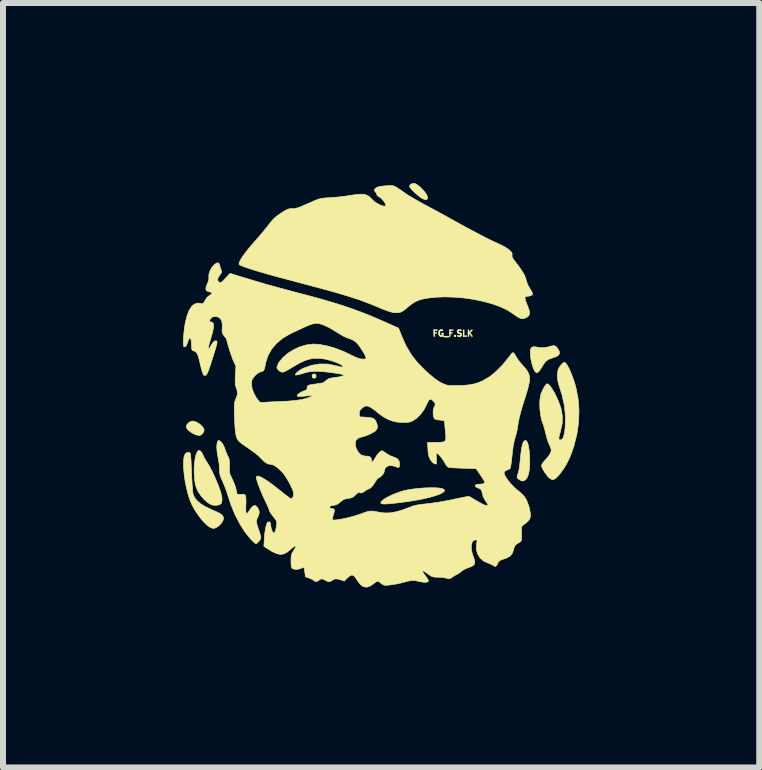
<source format=kicad_pcb>
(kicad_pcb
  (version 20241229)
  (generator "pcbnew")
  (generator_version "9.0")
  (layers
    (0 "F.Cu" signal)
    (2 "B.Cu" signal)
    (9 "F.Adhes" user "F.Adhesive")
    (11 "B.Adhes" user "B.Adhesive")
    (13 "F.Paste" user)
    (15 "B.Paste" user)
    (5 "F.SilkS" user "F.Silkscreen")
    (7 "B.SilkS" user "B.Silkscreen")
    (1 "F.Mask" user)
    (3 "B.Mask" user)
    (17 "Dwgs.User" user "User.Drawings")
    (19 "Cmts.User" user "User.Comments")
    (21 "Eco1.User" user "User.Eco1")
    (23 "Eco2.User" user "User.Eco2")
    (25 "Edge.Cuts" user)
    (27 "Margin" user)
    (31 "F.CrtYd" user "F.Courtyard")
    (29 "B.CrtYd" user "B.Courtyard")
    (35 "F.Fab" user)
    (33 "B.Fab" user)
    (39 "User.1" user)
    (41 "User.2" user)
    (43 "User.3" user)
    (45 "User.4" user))
  (footprint "FG_F.SLK"
    (layer "F.Cu")
    (at 3.254 4.437)
    (property "Reference" "FG_F.SLK" (at 1.245 -1.93 0) (layer "F.SilkS") (effects (font (size 0.1 0.1) (thickness 0.025))))
    (attr board_only exclude_from_pos_files exclude_from_bom)
    (fp_poly (pts (xy -1.041 -1.244) (xy -1.035 -1.219) (xy -1.042 -1.193) (xy -1.064 -1.183) (xy -1.09 -1.188) (xy -1.1 -1.199) (xy -1.103 -1.231) (xy -1.088 -1.251) (xy -1.064 -1.255) (xy -1.041 -1.244)) (stroke (width 0.01) (type solid)) (fill yes) (layer "F.SilkS"))
    (fp_poly (pts (xy -3.049 -0.46) (xy -2.998 -0.435) (xy -2.952 -0.399) (xy -2.921 -0.363) (xy -2.905 -0.333) (xy -2.902 -0.311) (xy -2.911 -0.287) (xy -2.914 -0.282) (xy -2.94 -0.246) (xy -2.975 -0.23) (xy -3.02 -0.235) (xy -3.067 -0.252) (xy -3.121 -0.282) (xy -3.164 -0.316) (xy -3.192 -0.349) (xy -3.2 -0.374) (xy -3.189 -0.409) (xy -3.161 -0.441) (xy -3.124 -0.464) (xy -3.095 -0.47) (xy -3.049 -0.46)) (stroke (width 0.01) (type solid)) (fill yes) (layer "F.SilkS"))
    (fp_poly (pts (xy 0.625 -4.423) (xy 0.665 -4.397) (xy 0.708 -4.359) (xy 0.75 -4.316) (xy 0.787 -4.271) (xy 0.813 -4.229) (xy 0.823 -4.195) (xy 0.823 -4.189) (xy 0.813 -4.164) (xy 0.789 -4.158) (xy 0.75 -4.171) (xy 0.734 -4.179) (xy 0.699 -4.201) (xy 0.658 -4.234) (xy 0.615 -4.272) (xy 0.575 -4.31) (xy 0.543 -4.345) (xy 0.524 -4.372) (xy 0.521 -4.383) (xy 0.532 -4.408) (xy 0.56 -4.426) (xy 0.594 -4.432) (xy 0.625 -4.423)) (stroke (width 0.01) (type solid)) (fill yes) (layer "F.SilkS"))
    (fp_poly (pts (xy 2.47 -0.141) (xy 2.488 -0.11) (xy 2.503 -0.058) (xy 2.515 0.017) (xy 2.523 0.111) (xy 2.524 0.134) (xy 2.525 0.251) (xy 2.518 0.348) (xy 2.502 0.425) (xy 2.477 0.48) (xy 2.463 0.498) (xy 2.433 0.524) (xy 2.407 0.531) (xy 2.375 0.521) (xy 2.353 0.508) (xy 2.325 0.488) (xy 2.314 0.466) (xy 2.318 0.436) (xy 2.331 0.401) (xy 2.34 0.369) (xy 2.35 0.319) (xy 2.358 0.259) (xy 2.363 0.212) (xy 2.374 0.101) (xy 2.385 0.014) (xy 2.397 -0.052) (xy 2.409 -0.098) (xy 2.423 -0.127) (xy 2.425 -0.13) (xy 2.449 -0.147) (xy 2.47 -0.141)) (stroke (width 0.01) (type solid)) (fill yes) (layer "F.SilkS"))
    (fp_poly (pts (xy 0.945 0.642) (xy 1.013 0.647) (xy 1.063 0.655) (xy 1.083 0.663) (xy 1.104 0.681) (xy 1.101 0.701) (xy 1.076 0.723) (xy 1.031 0.746) (xy 0.967 0.77) (xy 0.887 0.794) (xy 0.79 0.818) (xy 0.681 0.841) (xy 0.559 0.862) (xy 0.426 0.881) (xy 0.318 0.895) (xy 0.226 0.905) (xy 0.157 0.911) (xy 0.107 0.913) (xy 0.073 0.912) (xy 0.053 0.907) (xy 0.043 0.899) (xy 0.045 0.88) (xy 0.068 0.855) (xy 0.107 0.826) (xy 0.161 0.795) (xy 0.224 0.764) (xy 0.294 0.735) (xy 0.367 0.709) (xy 0.427 0.691) (xy 0.503 0.675) (xy 0.59 0.662) (xy 0.682 0.652) (xy 0.775 0.645) (xy 0.864 0.642) (xy 0.945 0.642)) (stroke (width 0.01) (type solid)) (fill yes) (layer "F.SilkS"))
    (fp_poly (pts (xy 2.959 -1.715) (xy 2.983 -1.69) (xy 2.99 -1.68) (xy 3.016 -1.635) (xy 3.022 -1.599) (xy 3.007 -1.57) (xy 2.97 -1.545) (xy 2.909 -1.523) (xy 2.894 -1.518) (xy 2.849 -1.502) (xy 2.812 -1.481) (xy 2.78 -1.449) (xy 2.747 -1.402) (xy 2.72 -1.357) (xy 2.687 -1.307) (xy 2.661 -1.28) (xy 2.639 -1.274) (xy 2.617 -1.289) (xy 2.611 -1.298) (xy 2.589 -1.34) (xy 2.568 -1.4) (xy 2.551 -1.468) (xy 2.539 -1.537) (xy 2.535 -1.59) (xy 2.535 -1.639) (xy 2.539 -1.669) (xy 2.549 -1.687) (xy 2.559 -1.697) (xy 2.589 -1.709) (xy 2.61 -1.708) (xy 2.679 -1.695) (xy 2.752 -1.692) (xy 2.819 -1.701) (xy 2.839 -1.707) (xy 2.893 -1.722) (xy 2.931 -1.726) (xy 2.959 -1.715)) (stroke (width 0.01) (type solid)) (fill yes) (layer "F.SilkS"))
    (fp_poly (pts (xy -2.978 0.022) (xy -2.963 0.031) (xy -2.941 0.056) (xy -2.922 0.092) (xy -2.92 0.098) (xy -2.903 0.136) (xy -2.878 0.181) (xy -2.863 0.203) (xy -2.822 0.268) (xy -2.776 0.355) (xy -2.726 0.46) (xy -2.676 0.578) (xy -2.662 0.611) (xy -2.627 0.71) (xy -2.607 0.791) (xy -2.603 0.853) (xy -2.614 0.898) (xy -2.62 0.907) (xy -2.647 0.925) (xy -2.688 0.934) (xy -2.737 0.935) (xy -2.782 0.925) (xy -2.791 0.921) (xy -2.843 0.889) (xy -2.898 0.841) (xy -2.95 0.782) (xy -2.994 0.719) (xy -3.009 0.692) (xy -3.032 0.639) (xy -3.048 0.586) (xy -3.058 0.522) (xy -3.062 0.486) (xy -3.068 0.398) (xy -3.068 0.31) (xy -3.062 0.225) (xy -3.051 0.149) (xy -3.036 0.087) (xy -3.017 0.045) (xy -3.012 0.038) (xy -2.994 0.02) (xy -2.978 0.022)) (stroke (width 0.01) (type solid)) (fill yes) (layer "F.SilkS"))
    (fp_poly (pts (xy -3.14 0.06) (xy -3.131 0.073) (xy -3.127 0.092) (xy -3.124 0.132) (xy -3.12 0.19) (xy -3.117 0.261) (xy -3.113 0.343) (xy -3.111 0.394) (xy -3.107 0.482) (xy -3.103 0.564) (xy -3.098 0.637) (xy -3.093 0.695) (xy -3.088 0.734) (xy -3.086 0.746) (xy -3.062 0.803) (xy -3.022 0.856) (xy -2.965 0.905) (xy -2.888 0.954) (xy -2.788 1.002) (xy -2.729 1.028) (xy -2.662 1.058) (xy -2.617 1.085) (xy -2.59 1.113) (xy -2.579 1.143) (xy -2.578 1.156) (xy -2.589 1.193) (xy -2.616 1.235) (xy -2.654 1.274) (xy -2.695 1.304) (xy -2.735 1.319) (xy -2.746 1.32) (xy -2.768 1.315) (xy -2.8 1.303) (xy -2.8 1.303) (xy -2.843 1.275) (xy -2.893 1.229) (xy -2.946 1.169) (xy -3 1.098) (xy -3.051 1.022) (xy -3.096 0.944) (xy -3.112 0.91) (xy -3.144 0.833) (xy -3.172 0.743) (xy -3.196 0.645) (xy -3.217 0.544) (xy -3.232 0.442) (xy -3.242 0.345) (xy -3.246 0.256) (xy -3.244 0.18) (xy -3.235 0.119) (xy -3.22 0.082) (xy -3.195 0.059) (xy -3.165 0.051) (xy -3.14 0.06)) (stroke (width 0.01) (type solid)) (fill yes) (layer "F.SilkS"))
    (fp_poly (pts (xy -2.641 -0.139) (xy -2.61 -0.112) (xy -2.58 -0.066) (xy -2.556 -0.01) (xy -2.551 0.006) (xy -2.537 0.048) (xy -2.516 0.096) (xy -2.507 0.114) (xy -2.492 0.147) (xy -2.483 0.178) (xy -2.479 0.217) (xy -2.479 0.27) (xy -2.479 0.287) (xy -2.48 0.344) (xy -2.477 0.384) (xy -2.47 0.417) (xy -2.455 0.451) (xy -2.443 0.476) (xy -2.408 0.553) (xy -2.38 0.628) (xy -2.363 0.694) (xy -2.36 0.718) (xy -2.356 0.74) (xy -2.347 0.75) (xy -2.326 0.753) (xy -2.289 0.752) (xy -2.25 0.75) (xy -2.228 0.754) (xy -2.216 0.767) (xy -2.211 0.779) (xy -2.206 0.806) (xy -2.204 0.85) (xy -2.205 0.903) (xy -2.206 0.924) (xy -2.208 0.985) (xy -2.206 1.032) (xy -2.201 1.06) (xy -2.2 1.061) (xy -2.192 1.071) (xy -2.181 1.068) (xy -2.165 1.049) (xy -2.141 1.012) (xy -2.105 0.964) (xy -2.073 0.941) (xy -2.044 0.941) (xy -2.017 0.966) (xy -2.006 0.981) (xy -1.986 1.027) (xy -1.984 1.07) (xy -2.002 1.12) (xy -2.007 1.13) (xy -2.021 1.162) (xy -2.029 1.189) (xy -2.029 1.218) (xy -2.021 1.256) (xy -2.004 1.308) (xy -1.994 1.338) (xy -1.977 1.389) (xy -1.964 1.434) (xy -1.957 1.465) (xy -1.956 1.472) (xy -1.964 1.498) (xy -1.984 1.529) (xy -2.008 1.557) (xy -2.031 1.573) (xy -2.038 1.575) (xy -2.054 1.566) (xy -2.081 1.543) (xy -2.115 1.509) (xy -2.125 1.499) (xy -2.22 1.382) (xy -2.308 1.244) (xy -2.388 1.089) (xy -2.457 0.921) (xy -2.502 0.781) (xy -2.525 0.71) (xy -2.553 0.633) (xy -2.583 0.561) (xy -2.593 0.538) (xy -2.618 0.482) (xy -2.634 0.439) (xy -2.642 0.402) (xy -2.645 0.362) (xy -2.645 0.343) (xy -2.647 0.29) (xy -2.654 0.225) (xy -2.665 0.161) (xy -2.668 0.149) (xy -2.685 0.051) (xy -2.692 -0.032) (xy -2.687 -0.096) (xy -2.68 -0.12) (xy -2.668 -0.143) (xy -2.653 -0.145) (xy -2.641 -0.139)) (stroke (width 0.01) (type solid)) (fill yes) (layer "F.SilkS"))
    (fp_poly (pts (xy 3.124 -1.436) (xy 3.148 -1.403) (xy 3.176 -1.353) (xy 3.206 -1.288) (xy 3.236 -1.213) (xy 3.265 -1.13) (xy 3.291 -1.043) (xy 3.295 -1.026) (xy 3.331 -0.842) (xy 3.346 -0.649) (xy 3.339 -0.451) (xy 3.311 -0.251) (xy 3.261 -0.053) (xy 3.214 0.084) (xy 3.179 0.166) (xy 3.138 0.246) (xy 3.093 0.321) (xy 3.046 0.387) (xy 3.001 0.443) (xy 2.959 0.483) (xy 2.924 0.505) (xy 2.909 0.508) (xy 2.883 0.5) (xy 2.855 0.483) (xy 2.826 0.454) (xy 2.792 0.411) (xy 2.761 0.363) (xy 2.736 0.319) (xy 2.725 0.289) (xy 2.724 0.264) (xy 2.734 0.239) (xy 2.76 0.207) (xy 2.766 0.2) (xy 2.818 0.14) (xy 2.854 0.093) (xy 2.875 0.055) (xy 2.883 0.021) (xy 2.878 -0.014) (xy 2.862 -0.054) (xy 2.85 -0.078) (xy 2.832 -0.121) (xy 2.813 -0.178) (xy 2.797 -0.24) (xy 2.792 -0.258) (xy 2.778 -0.317) (xy 2.762 -0.374) (xy 2.748 -0.418) (xy 2.743 -0.429) (xy 2.72 -0.497) (xy 2.704 -0.581) (xy 2.694 -0.672) (xy 2.691 -0.763) (xy 2.697 -0.846) (xy 2.71 -0.914) (xy 2.712 -0.921) (xy 2.731 -0.967) (xy 2.754 -1.014) (xy 2.778 -1.054) (xy 2.8 -1.082) (xy 2.815 -1.092) (xy 2.838 -1.081) (xy 2.868 -1.049) (xy 2.901 -1.001) (xy 2.937 -0.941) (xy 2.971 -0.871) (xy 3.004 -0.797) (xy 3.032 -0.722) (xy 3.049 -0.667) (xy 3.069 -0.549) (xy 3.066 -0.428) (xy 3.038 -0.301) (xy 3.036 -0.292) (xy 3.018 -0.23) (xy 3.011 -0.188) (xy 3.013 -0.164) (xy 3.026 -0.154) (xy 3.038 -0.155) (xy 3.062 -0.165) (xy 3.081 -0.191) (xy 3.096 -0.236) (xy 3.107 -0.301) (xy 3.114 -0.351) (xy 3.121 -0.532) (xy 3.104 -0.719) (xy 3.062 -0.91) (xy 3.011 -1.067) (xy 2.992 -1.144) (xy 2.985 -1.227) (xy 2.993 -1.304) (xy 2.997 -1.321) (xy 3.013 -1.358) (xy 3.039 -1.395) (xy 3.067 -1.427) (xy 3.094 -1.446) (xy 3.104 -1.448) (xy 3.124 -1.436)) (stroke (width 0.01) (type solid)) (fill yes) (layer "F.SilkS"))
    (fp_poly (pts (xy 0.239 -4.392) (xy 0.264 -4.386) (xy 0.291 -4.373) (xy 0.325 -4.352) (xy 0.37 -4.322) (xy 0.43 -4.28) (xy 0.461 -4.258) (xy 0.501 -4.232) (xy 0.559 -4.197) (xy 0.629 -4.157) (xy 0.707 -4.112) (xy 0.789 -4.067) (xy 0.821 -4.05) (xy 0.914 -4) (xy 1.015 -3.945) (xy 1.117 -3.89) (xy 1.213 -3.837) (xy 1.294 -3.792) (xy 1.302 -3.788) (xy 1.436 -3.713) (xy 1.567 -3.643) (xy 1.691 -3.578) (xy 1.804 -3.519) (xy 1.904 -3.47) (xy 1.987 -3.432) (xy 2.011 -3.421) (xy 2.068 -3.394) (xy 2.124 -3.362) (xy 2.169 -3.332) (xy 2.18 -3.323) (xy 2.213 -3.292) (xy 2.229 -3.27) (xy 2.232 -3.248) (xy 2.23 -3.237) (xy 2.23 -3.214) (xy 2.238 -3.19) (xy 2.259 -3.157) (xy 2.287 -3.121) (xy 2.354 -3.033) (xy 2.404 -2.959) (xy 2.439 -2.897) (xy 2.459 -2.845) (xy 2.463 -2.828) (xy 2.478 -2.778) (xy 2.499 -2.728) (xy 2.508 -2.711) (xy 2.54 -2.659) (xy 2.56 -2.623) (xy 2.57 -2.6) (xy 2.573 -2.586) (xy 2.569 -2.577) (xy 2.565 -2.572) (xy 2.544 -2.56) (xy 2.509 -2.551) (xy 2.498 -2.55) (xy 2.464 -2.546) (xy 2.449 -2.537) (xy 2.446 -2.519) (xy 2.446 -2.515) (xy 2.452 -2.488) (xy 2.466 -2.447) (xy 2.485 -2.398) (xy 2.49 -2.386) (xy 2.514 -2.323) (xy 2.523 -2.275) (xy 2.517 -2.24) (xy 2.495 -2.212) (xy 2.473 -2.197) (xy 2.427 -2.176) (xy 2.385 -2.176) (xy 2.343 -2.193) (xy 2.312 -2.212) (xy 2.271 -2.24) (xy 2.241 -2.262) (xy 2.147 -2.322) (xy 2.031 -2.376) (xy 1.899 -2.423) (xy 1.753 -2.463) (xy 1.597 -2.496) (xy 1.436 -2.52) (xy 1.273 -2.534) (xy 1.111 -2.539) (xy 0.955 -2.533) (xy 0.86 -2.523) (xy 0.764 -2.508) (xy 0.687 -2.488) (xy 0.622 -2.461) (xy 0.562 -2.424) (xy 0.502 -2.376) (xy 0.447 -2.33) (xy 0.405 -2.3) (xy 0.367 -2.282) (xy 0.329 -2.275) (xy 0.284 -2.276) (xy 0.273 -2.276) (xy 0.235 -2.282) (xy 0.189 -2.294) (xy 0.133 -2.313) (xy 0.061 -2.341) (xy -0.013 -2.372) (xy -0.085 -2.402) (xy -0.155 -2.43) (xy -0.226 -2.457) (xy -0.298 -2.484) (xy -0.376 -2.51) (xy -0.46 -2.537) (xy -0.553 -2.566) (xy -0.657 -2.597) (xy -0.774 -2.63) (xy -0.906 -2.667) (xy -1.056 -2.707) (xy -1.225 -2.752) (xy -1.415 -2.803) (xy -1.505 -2.827) (xy -1.66 -2.868) (xy -1.802 -2.907) (xy -1.93 -2.943) (xy -2.043 -2.977) (xy -2.139 -3.007) (xy -2.216 -3.033) (xy -2.273 -3.054) (xy -2.308 -3.07) (xy -2.319 -3.079) (xy -2.318 -3.107) (xy -2.298 -3.152) (xy -2.261 -3.211) (xy -2.209 -3.283) (xy -2.14 -3.369) (xy -2.057 -3.465) (xy -2.033 -3.492) (xy -1.979 -3.553) (xy -1.923 -3.62) (xy -1.871 -3.684) (xy -1.829 -3.737) (xy -1.822 -3.746) (xy -1.774 -3.807) (xy -1.73 -3.853) (xy -1.681 -3.893) (xy -1.642 -3.92) (xy -1.585 -3.957) (xy -1.544 -3.982) (xy -1.513 -3.998) (xy -1.487 -4.006) (xy -1.46 -4.01) (xy -1.428 -4.01) (xy -1.404 -4.011) (xy -1.381 -4.014) (xy -1.354 -4.02) (xy -1.32 -4.031) (xy -1.277 -4.048) (xy -1.22 -4.073) (xy -1.145 -4.105) (xy -1.079 -4.135) (xy -1.033 -4.155) (xy -0.994 -4.169) (xy -0.956 -4.178) (xy -0.912 -4.185) (xy -0.854 -4.19) (xy -0.806 -4.192) (xy -0.73 -4.198) (xy -0.65 -4.205) (xy -0.577 -4.214) (xy -0.527 -4.221) (xy -0.425 -4.237) (xy -0.344 -4.247) (xy -0.281 -4.251) (xy -0.232 -4.247) (xy -0.193 -4.236) (xy -0.16 -4.218) (xy -0.129 -4.191) (xy -0.113 -4.174) (xy -0.076 -4.138) (xy -0.033 -4.106) (xy 0.013 -4.08) (xy 0.056 -4.061) (xy 0.093 -4.051) (xy 0.118 -4.053) (xy 0.127 -4.068) (xy 0.118 -4.094) (xy 0.096 -4.129) (xy 0.066 -4.164) (xy 0.035 -4.194) (xy 0.011 -4.208) (xy -0.018 -4.227) (xy -0.025 -4.25) (xy -0.033 -4.275) (xy -0.044 -4.284) (xy -0.06 -4.302) (xy -0.064 -4.317) (xy -0.051 -4.346) (xy -0.015 -4.368) (xy 0.046 -4.383) (xy 0.13 -4.391) (xy 0.14 -4.391) (xy 0.181 -4.393) (xy 0.213 -4.394) (xy 0.239 -4.392)) (stroke (width 0.01) (type solid)) (fill yes) (layer "F.SilkS"))
    (fp_poly (pts (xy -2.647 -3.084) (xy -2.641 -3.061) (xy -2.631 -3.021) (xy -2.617 -2.986) (xy -2.617 -2.986) (xy -2.609 -2.966) (xy -2.612 -2.947) (xy -2.628 -2.92) (xy -2.64 -2.902) (xy -2.668 -2.86) (xy -2.678 -2.831) (xy -2.672 -2.807) (xy -2.654 -2.787) (xy -2.641 -2.777) (xy -2.629 -2.774) (xy -2.614 -2.782) (xy -2.59 -2.804) (xy -2.555 -2.84) (xy -2.549 -2.847) (xy -2.47 -2.931) (xy -2.33 -2.887) (xy -1.853 -2.744) (xy -1.397 -2.621) (xy -1.175 -2.563) (xy -0.975 -2.509) (xy -0.793 -2.456) (xy -0.624 -2.404) (xy -0.466 -2.351) (xy -0.315 -2.296) (xy -0.167 -2.239) (xy -0.019 -2.177) (xy 0.127 -2.113) (xy 0.339 -2.018) (xy 0.387 -1.895) (xy 0.461 -1.728) (xy 0.549 -1.579) (xy 0.653 -1.444) (xy 0.778 -1.317) (xy 0.792 -1.304) (xy 0.863 -1.242) (xy 0.92 -1.194) (xy 0.968 -1.158) (xy 1.01 -1.129) (xy 1.053 -1.106) (xy 1.075 -1.095) (xy 1.107 -1.081) (xy 1.135 -1.071) (xy 1.166 -1.065) (xy 1.205 -1.062) (xy 1.258 -1.061) (xy 1.321 -1.061) (xy 1.435 -1.065) (xy 1.531 -1.075) (xy 1.616 -1.093) (xy 1.697 -1.121) (xy 1.748 -1.144) (xy 1.855 -1.207) (xy 1.963 -1.295) (xy 2.074 -1.407) (xy 2.185 -1.544) (xy 2.191 -1.552) (xy 2.219 -1.589) (xy 2.238 -1.608) (xy 2.254 -1.608) (xy 2.271 -1.589) (xy 2.295 -1.549) (xy 2.305 -1.531) (xy 2.331 -1.491) (xy 2.368 -1.443) (xy 2.409 -1.395) (xy 2.416 -1.388) (xy 2.459 -1.339) (xy 2.49 -1.295) (xy 2.511 -1.252) (xy 2.522 -1.206) (xy 2.522 -1.152) (xy 2.512 -1.088) (xy 2.493 -1.009) (xy 2.464 -0.912) (xy 2.451 -0.869) (xy 2.414 -0.753) (xy 2.385 -0.657) (xy 2.363 -0.576) (xy 2.347 -0.507) (xy 2.334 -0.444) (xy 2.325 -0.385) (xy 2.325 -0.381) (xy 2.314 -0.316) (xy 2.297 -0.245) (xy 2.281 -0.189) (xy 2.263 -0.124) (xy 2.248 -0.041) (xy 2.235 0.063) (xy 2.23 0.107) (xy 2.223 0.176) (xy 2.215 0.237) (xy 2.208 0.285) (xy 2.201 0.315) (xy 2.198 0.322) (xy 2.177 0.335) (xy 2.145 0.348) (xy 2.143 0.349) (xy 2.109 0.368) (xy 2.098 0.39) (xy 2.104 0.422) (xy 2.126 0.467) (xy 2.163 0.519) (xy 2.21 0.576) (xy 2.264 0.632) (xy 2.323 0.685) (xy 2.359 0.713) (xy 2.423 0.773) (xy 2.472 0.847) (xy 2.507 0.94) (xy 2.521 0.992) (xy 2.534 1.063) (xy 2.537 1.117) (xy 2.527 1.159) (xy 2.501 1.195) (xy 2.458 1.233) (xy 2.419 1.262) (xy 2.402 1.276) (xy 2.392 1.291) (xy 2.388 1.316) (xy 2.387 1.355) (xy 2.388 1.383) (xy 2.389 1.447) (xy 2.389 1.49) (xy 2.385 1.518) (xy 2.377 1.536) (xy 2.362 1.549) (xy 2.34 1.56) (xy 2.337 1.562) (xy 2.298 1.586) (xy 2.274 1.615) (xy 2.259 1.656) (xy 2.254 1.681) (xy 2.231 1.741) (xy 2.189 1.787) (xy 2.126 1.819) (xy 2.11 1.824) (xy 2.059 1.841) (xy 2.025 1.857) (xy 2.004 1.879) (xy 1.987 1.911) (xy 1.985 1.915) (xy 1.967 1.946) (xy 1.946 1.954) (xy 1.92 1.939) (xy 1.919 1.938) (xy 1.896 1.925) (xy 1.858 1.909) (xy 1.829 1.898) (xy 1.753 1.862) (xy 1.694 1.808) (xy 1.654 1.741) (xy 1.634 1.664) (xy 1.636 1.58) (xy 1.646 1.54) (xy 1.648 1.519) (xy 1.633 1.512) (xy 1.621 1.511) (xy 1.587 1.522) (xy 1.564 1.553) (xy 1.552 1.599) (xy 1.551 1.658) (xy 1.563 1.724) (xy 1.576 1.765) (xy 1.599 1.832) (xy 1.609 1.88) (xy 1.604 1.914) (xy 1.582 1.939) (xy 1.543 1.959) (xy 1.499 1.975) (xy 1.452 1.994) (xy 1.409 2.018) (xy 1.391 2.032) (xy 1.353 2.062) (xy 1.312 2.086) (xy 1.308 2.088) (xy 1.267 2.11) (xy 1.23 2.135) (xy 1.229 2.136) (xy 1.205 2.153) (xy 1.183 2.158) (xy 1.152 2.153) (xy 1.136 2.149) (xy 1.092 2.141) (xy 1.037 2.135) (xy 0.992 2.134) (xy 0.942 2.132) (xy 0.908 2.126) (xy 0.877 2.113) (xy 0.843 2.089) (xy 0.805 2.063) (xy 0.774 2.041) (xy 0.759 2.032) (xy 0.74 2.025) (xy 0.738 2.035) (xy 0.751 2.061) (xy 0.779 2.1) (xy 0.787 2.111) (xy 0.814 2.147) (xy 0.832 2.177) (xy 0.838 2.192) (xy 0.827 2.21) (xy 0.795 2.218) (xy 0.746 2.216) (xy 0.682 2.205) (xy 0.678 2.204) (xy 0.628 2.192) (xy 0.586 2.188) (xy 0.545 2.19) (xy 0.496 2.199) (xy 0.432 2.216) (xy 0.369 2.232) (xy 0.301 2.246) (xy 0.234 2.257) (xy 0.174 2.265) (xy 0.127 2.268) (xy 0.102 2.267) (xy 0.068 2.252) (xy 0.037 2.228) (xy 0.01 2.205) (xy -0.014 2.2) (xy -0.042 2.214) (xy -0.066 2.233) (xy -0.13 2.278) (xy -0.188 2.299) (xy -0.24 2.294) (xy -0.281 2.27) (xy -0.306 2.244) (xy -0.336 2.205) (xy -0.36 2.169) (xy -0.393 2.122) (xy -0.422 2.1) (xy -0.452 2.1) (xy -0.487 2.121) (xy -0.515 2.147) (xy -0.567 2.198) (xy -0.621 2.178) (xy -0.677 2.163) (xy -0.718 2.161) (xy -0.752 2.175) (xy -0.765 2.184) (xy -0.797 2.204) (xy -0.827 2.208) (xy -0.864 2.195) (xy -0.889 2.181) (xy -0.923 2.164) (xy -0.945 2.161) (xy -0.965 2.169) (xy -0.997 2.189) (xy -1.015 2.2) (xy -1.038 2.208) (xy -1.059 2.197) (xy -1.065 2.193) (xy -1.091 2.175) (xy -1.131 2.156) (xy -1.151 2.148) (xy -1.213 2.126) (xy -1.224 2.051) (xy -1.231 2.01) (xy -1.237 1.98) (xy -1.24 1.97) (xy -1.252 1.972) (xy -1.279 1.982) (xy -1.29 1.987) (xy -1.336 2.001) (xy -1.384 2.002) (xy -1.424 1.992) (xy -1.44 1.981) (xy -1.447 1.962) (xy -1.452 1.925) (xy -1.454 1.876) (xy -1.454 1.863) (xy -1.453 1.809) (xy -1.449 1.771) (xy -1.44 1.741) (xy -1.423 1.71) (xy -1.413 1.694) (xy -1.391 1.659) (xy -1.376 1.632) (xy -1.372 1.621) (xy -1.38 1.612) (xy -1.403 1.623) (xy -1.441 1.652) (xy -1.469 1.676) (xy -1.526 1.721) (xy -1.58 1.747) (xy -1.635 1.753) (xy -1.696 1.739) (xy -1.766 1.706) (xy -1.808 1.681) (xy -1.906 1.619) (xy -1.899 1.499) (xy -1.891 1.402) (xy -1.879 1.323) (xy -1.865 1.263) (xy -1.849 1.225) (xy -1.838 1.214) (xy -1.814 1.21) (xy -1.798 1.228) (xy -1.791 1.266) (xy -1.791 1.274) (xy -1.786 1.308) (xy -1.775 1.346) (xy -1.76 1.378) (xy -1.745 1.396) (xy -1.74 1.397) (xy -1.725 1.385) (xy -1.71 1.351) (xy -1.699 1.298) (xy -1.694 1.266) (xy -1.691 1.233) (xy -1.693 1.208) (xy -1.703 1.184) (xy -1.724 1.154) (xy -1.751 1.12) (xy -1.782 1.08) (xy -1.805 1.044) (xy -1.816 1.021) (xy -1.816 1.017) (xy -1.822 0.997) (xy -1.833 0.969) (xy -0.81 0.969) (xy -0.796 0.984) (xy -0.767 0.991) (xy -0.74 0.996) (xy -0.729 1.015) (xy -0.734 1.051) (xy -0.743 1.078) (xy -0.755 1.118) (xy -0.761 1.151) (xy -0.762 1.159) (xy -0.76 1.173) (xy -0.75 1.179) (xy -0.726 1.18) (xy -0.687 1.176) (xy -0.641 1.169) (xy -0.58 1.158) (xy -0.515 1.144) (xy -0.486 1.137) (xy -0.418 1.119) (xy -0.346 1.097) (xy -0.281 1.075) (xy -0.262 1.068) (xy -0.198 1.044) (xy -0.145 1.032) (xy -0.093 1.031) (xy -0.033 1.04) (xy 0.009 1.049) (xy 0.098 1.062) (xy 0.191 1.061) (xy 0.293 1.044) (xy 0.406 1.012) (xy 0.535 0.963) (xy 0.54 0.961) (xy 0.583 0.945) (xy 0.636 0.932) (xy 0.703 0.921) (xy 0.788 0.911) (xy 0.806 0.909) (xy 0.891 0.899) (xy 0.982 0.886) (xy 1.07 0.872) (xy 1.144 0.858) (xy 1.149 0.857) (xy 1.222 0.842) (xy 1.297 0.826) (xy 1.366 0.812) (xy 1.406 0.804) (xy 1.511 0.784) (xy 1.642 0.862) (xy 1.716 0.903) (xy 1.771 0.93) (xy 1.808 0.94) (xy 1.826 0.936) (xy 1.824 0.916) (xy 1.802 0.881) (xy 1.789 0.863) (xy 1.752 0.799) (xy 1.735 0.74) (xy 1.725 0.698) (xy 1.714 0.674) (xy 1.697 0.66) (xy 1.679 0.653) (xy 1.637 0.635) (xy 1.617 0.615) (xy 1.619 0.598) (xy 1.643 0.587) (xy 1.674 0.584) (xy 1.726 0.58) (xy 1.762 0.571) (xy 1.777 0.557) (xy 1.778 0.554) (xy 1.771 0.538) (xy 1.753 0.506) (xy 1.726 0.464) (xy 1.705 0.432) (xy 1.632 0.324) (xy 1.41 0.317) (xy 1.336 0.314) (xy 1.269 0.311) (xy 1.216 0.307) (xy 1.179 0.303) (xy 1.165 0.3) (xy 1.146 0.283) (xy 1.123 0.251) (xy 1.112 0.23) (xy 1.088 0.19) (xy 1.058 0.147) (xy 1.027 0.109) (xy 0.999 0.079) (xy 0.979 0.064) (xy 0.975 0.064) (xy 0.968 0.076) (xy 0.967 0.112) (xy 0.97 0.152) (xy 0.972 0.196) (xy 0.972 0.23) (xy 0.968 0.246) (xy 0.968 0.246) (xy 0.945 0.246) (xy 0.916 0.229) (xy 0.886 0.198) (xy 0.864 0.165) (xy 0.847 0.128) (xy 0.836 0.086) (xy 0.83 0.032) (xy 0.828 -0.003) (xy 0.822 -0.114) (xy 0.955 -0.114) (xy 1.026 -0.115) (xy 1.075 -0.119) (xy 1.106 -0.13) (xy 1.122 -0.152) (xy 1.127 -0.188) (xy 1.124 -0.244) (xy 1.119 -0.294) (xy 1.113 -0.354) (xy 1.109 -0.405) (xy 1.106 -0.443) (xy 1.105 -0.46) (xy 1.099 -0.472) (xy 1.077 -0.479) (xy 1.036 -0.485) (xy 1.027 -0.485) (xy 0.976 -0.492) (xy 0.945 -0.503) (xy 0.932 -0.515) (xy 0.92 -0.545) (xy 0.915 -0.59) (xy 0.916 -0.639) (xy 0.923 -0.682) (xy 0.933 -0.706) (xy 0.95 -0.738) (xy 0.946 -0.768) (xy 0.92 -0.801) (xy 0.914 -0.807) (xy 0.886 -0.829) (xy 0.863 -0.833) (xy 0.843 -0.817) (xy 0.822 -0.78) (xy 0.807 -0.746) (xy 0.763 -0.659) (xy 0.705 -0.581) (xy 0.639 -0.516) (xy 0.569 -0.47) (xy 0.542 -0.458) (xy 0.499 -0.449) (xy 0.44 -0.445) (xy 0.374 -0.447) (xy 0.309 -0.453) (xy 0.254 -0.465) (xy 0.253 -0.465) (xy 0.16 -0.499) (xy 0.076 -0.546) (xy -0.009 -0.609) (xy -0.014 -0.614) (xy -0.08 -0.667) (xy -0.133 -0.701) (xy -0.175 -0.719) (xy -0.212 -0.72) (xy -0.245 -0.705) (xy -0.275 -0.68) (xy -0.303 -0.649) (xy -0.314 -0.622) (xy -0.315 -0.588) (xy -0.315 -0.588) (xy -0.311 -0.54) (xy -0.202 -0.533) (xy -0.14 -0.528) (xy -0.098 -0.52) (xy -0.069 -0.505) (xy -0.049 -0.481) (xy -0.033 -0.452) (xy -0.014 -0.393) (xy -0.018 -0.345) (xy -0.043 -0.308) (xy -0.046 -0.306) (xy -0.095 -0.274) (xy -0.158 -0.243) (xy -0.223 -0.218) (xy -0.275 -0.204) (xy -0.332 -0.185) (xy -0.368 -0.153) (xy -0.383 -0.107) (xy -0.377 -0.048) (xy -0.362 -0.003) (xy -0.327 0.058) (xy -0.281 0.097) (xy -0.222 0.114) (xy -0.205 0.114) (xy -0.156 0.119) (xy -0.127 0.134) (xy -0.115 0.163) (xy -0.114 0.18) (xy -0.111 0.208) (xy -0.099 0.213) (xy -0.081 0.193) (xy -0.057 0.156) (xy -0.023 0.102) (xy 0.011 0.06) (xy 0.041 0.033) (xy 0.061 0.025) (xy 0.081 0.033) (xy 0.111 0.052) (xy 0.127 0.064) (xy 0.166 0.09) (xy 0.206 0.111) (xy 0.218 0.116) (xy 0.279 0.138) (xy 0.319 0.16) (xy 0.343 0.186) (xy 0.353 0.221) (xy 0.356 0.261) (xy 0.353 0.29) (xy 0.341 0.303) (xy 0.316 0.301) (xy 0.273 0.285) (xy 0.273 0.285) (xy 0.218 0.272) (xy 0.169 0.277) (xy 0.131 0.298) (xy 0.107 0.333) (xy 0.102 0.363) (xy 0.092 0.397) (xy 0.067 0.433) (xy 0.034 0.462) (xy 0.018 0.47) (xy -0.01 0.489) (xy -0.033 0.517) (xy -0.07 0.576) (xy -0.099 0.616) (xy -0.123 0.641) (xy -0.145 0.656) (xy -0.154 0.659) (xy -0.188 0.675) (xy -0.226 0.699) (xy -0.234 0.705) (xy -0.265 0.726) (xy -0.287 0.73) (xy -0.303 0.725) (xy -0.321 0.719) (xy -0.34 0.726) (xy -0.365 0.748) (xy -0.378 0.761) (xy -0.412 0.791) (xy -0.444 0.808) (xy -0.486 0.818) (xy -0.502 0.82) (xy -0.551 0.829) (xy -0.588 0.845) (xy -0.625 0.874) (xy -0.63 0.879) (xy -0.672 0.912) (xy -0.71 0.929) (xy -0.738 0.934) (xy -0.774 0.939) (xy -0.799 0.948) (xy -0.803 0.951) (xy -0.81 0.969) (xy -1.833 0.969) (xy -1.837 0.961) (xy -1.859 0.912) (xy -1.886 0.856) (xy -1.886 0.856) (xy -1.918 0.788) (xy -1.949 0.716) (xy -1.978 0.645) (xy -2.003 0.578) (xy -2.021 0.522) (xy -2.031 0.481) (xy -2.032 0.468) (xy -2.023 0.449) (xy -1.997 0.448) (xy -1.953 0.465) (xy -1.893 0.499) (xy -1.817 0.55) (xy -1.725 0.619) (xy -1.617 0.704) (xy -1.594 0.722) (xy -1.545 0.761) (xy -1.503 0.793) (xy -1.47 0.816) (xy -1.453 0.825) (xy -1.452 0.826) (xy -1.432 0.814) (xy -1.417 0.785) (xy -1.41 0.744) (xy -1.41 0.738) (xy -1.416 0.705) (xy -1.435 0.657) (xy -1.462 0.599) (xy -1.495 0.537) (xy -1.531 0.477) (xy -1.567 0.423) (xy -1.581 0.404) (xy -1.626 0.355) (xy -1.675 0.311) (xy -1.723 0.277) (xy -1.765 0.257) (xy -1.785 0.254) (xy -1.837 0.245) (xy -1.889 0.216) (xy -1.942 0.165) (xy -1.949 0.157) (xy -1.993 0.113) (xy -2.054 0.062) (xy -2.127 0.01) (xy -2.151 -0.007) (xy -2.207 -0.045) (xy -2.259 -0.081) (xy -2.299 -0.112) (xy -2.325 -0.134) (xy -2.326 -0.136) (xy -2.345 -0.162) (xy -2.361 -0.196) (xy -2.373 -0.243) (xy -2.382 -0.305) (xy -2.389 -0.384) (xy -2.394 -0.484) (xy -2.397 -0.546) (xy -2.399 -0.629) (xy -2.4 -0.691) (xy -2.399 -0.737) (xy -2.396 -0.77) (xy -2.39 -0.795) (xy -2.382 -0.817) (xy -2.382 -0.819) (xy -2.36 -0.873) (xy -2.348 -0.913) (xy -2.347 -0.947) (xy -2.354 -0.984) (xy -2.364 -1.013) (xy -2.375 -1.049) (xy -2.382 -1.082) (xy -2.382 -1.082) (xy -2.113 -1.082) (xy -2.102 -1.012) (xy -2.075 -0.937) (xy -2.036 -0.864) (xy -1.999 -0.814) (xy -1.973 -0.787) (xy -1.949 -0.778) (xy -1.925 -0.779) (xy -1.9 -0.782) (xy -1.854 -0.785) (xy -1.793 -0.788) (xy -1.722 -0.792) (xy -1.657 -0.794) (xy -1.509 -0.801) (xy -1.384 -0.812) (xy -1.281 -0.827) (xy -1.199 -0.847) (xy -1.137 -0.87) (xy -1.137 -0.87) (xy -1.073 -0.901) (xy -1.124 -0.895) (xy -1.211 -0.886) (xy -1.274 -0.88) (xy -1.318 -0.879) (xy -1.343 -0.882) (xy -1.351 -0.887) (xy -1.348 -0.902) (xy -1.327 -0.924) (xy -1.295 -0.946) (xy -1.258 -0.965) (xy -1.232 -0.974) (xy -1.201 -0.986) (xy -1.187 -1.005) (xy -1.184 -1.026) (xy -1.182 -1.043) (xy -1.178 -1.055) (xy -1.168 -1.063) (xy -1.148 -1.07) (xy -1.113 -1.077) (xy -1.06 -1.085) (xy -1.016 -1.092) (xy -0.972 -1.099) (xy -0.939 -1.103) (xy -0.924 -1.105) (xy -0.91 -1.113) (xy -0.885 -1.132) (xy -0.87 -1.144) (xy -0.843 -1.165) (xy -0.815 -1.179) (xy -0.777 -1.188) (xy -0.723 -1.195) (xy -0.663 -1.204) (xy -0.616 -1.214) (xy -0.585 -1.225) (xy -0.573 -1.235) (xy -0.574 -1.239) (xy -0.592 -1.246) (xy -0.629 -1.254) (xy -0.682 -1.263) (xy -0.745 -1.272) (xy -0.812 -1.281) (xy -0.88 -1.289) (xy -0.942 -1.295) (xy -0.994 -1.298) (xy -1.01 -1.299) (xy -1.079 -1.298) (xy -1.135 -1.293) (xy -1.189 -1.283) (xy -1.254 -1.264) (xy -1.254 -1.264) (xy -1.305 -1.249) (xy -1.347 -1.239) (xy -1.374 -1.235) (xy -1.38 -1.236) (xy -1.379 -1.251) (xy -1.361 -1.274) (xy -1.329 -1.301) (xy -1.29 -1.328) (xy -1.246 -1.351) (xy -1.246 -1.351) (xy -1.112 -1.398) (xy -0.976 -1.421) (xy -0.84 -1.419) (xy -0.707 -1.393) (xy -0.704 -1.392) (xy -0.656 -1.379) (xy -0.618 -1.371) (xy -0.595 -1.368) (xy -0.592 -1.369) (xy -0.587 -1.381) (xy -0.604 -1.398) (xy -0.637 -1.418) (xy -0.683 -1.439) (xy -0.739 -1.461) (xy -0.8 -1.48) (xy -0.863 -1.497) (xy -0.924 -1.508) (xy -0.938 -1.51) (xy -1.015 -1.516) (xy -1.087 -1.513) (xy -1.157 -1.499) (xy -1.231 -1.474) (xy -1.313 -1.435) (xy -1.407 -1.381) (xy -1.453 -1.353) (xy -1.503 -1.324) (xy -1.548 -1.3) (xy -1.581 -1.286) (xy -1.594 -1.283) (xy -1.629 -1.292) (xy -1.661 -1.315) (xy -1.684 -1.344) (xy -1.689 -1.364) (xy -1.682 -1.39) (xy -1.666 -1.427) (xy -1.653 -1.449) (xy -1.591 -1.526) (xy -1.509 -1.597) (xy -1.412 -1.658) (xy -1.308 -1.706) (xy -1.2 -1.738) (xy -1.094 -1.752) (xy -1.077 -1.753) (xy -0.972 -1.745) (xy -0.854 -1.722) (xy -0.729 -1.687) (xy -0.603 -1.64) (xy -0.482 -1.585) (xy -0.451 -1.568) (xy -0.374 -1.531) (xy -0.31 -1.509) (xy -0.284 -1.504) (xy -0.239 -1.501) (xy -0.213 -1.505) (xy -0.203 -1.519) (xy -0.209 -1.546) (xy -0.231 -1.588) (xy -0.258 -1.633) (xy -0.303 -1.703) (xy -0.342 -1.754) (xy -0.378 -1.79) (xy -0.416 -1.816) (xy -0.461 -1.836) (xy -0.471 -1.84) (xy -0.523 -1.859) (xy -0.57 -1.879) (xy -0.617 -1.905) (xy -0.673 -1.939) (xy -0.712 -1.964) (xy -0.818 -2.027) (xy -0.91 -2.07) (xy -0.986 -2.094) (xy -1.029 -2.098) (xy -1.054 -2.097) (xy -1.084 -2.091) (xy -1.121 -2.079) (xy -1.168 -2.062) (xy -1.227 -2.036) (xy -1.301 -2.002) (xy -1.393 -1.959) (xy -1.473 -1.92) (xy -1.592 -1.85) (xy -1.693 -1.766) (xy -1.775 -1.67) (xy -1.836 -1.564) (xy -1.874 -1.449) (xy -1.881 -1.416) (xy -1.891 -1.361) (xy -1.902 -1.327) (xy -1.916 -1.306) (xy -1.937 -1.296) (xy -1.956 -1.291) (xy -1.998 -1.273) (xy -2.043 -1.238) (xy -2.081 -1.195) (xy -2.106 -1.15) (xy -2.108 -1.143) (xy -2.113 -1.082) (xy -2.382 -1.082) (xy -2.384 -1.121) (xy -2.384 -1.172) (xy -2.381 -1.233) (xy -2.372 -1.381) (xy -2.418 -1.484) (xy -2.434 -1.525) (xy -2.453 -1.578) (xy -2.474 -1.639) (xy -2.493 -1.7) (xy -2.509 -1.756) (xy -2.521 -1.801) (xy -2.527 -1.83) (xy -2.527 -1.833) (xy -2.535 -1.845) (xy -2.553 -1.87) (xy -2.567 -1.887) (xy -2.588 -1.916) (xy -2.599 -1.94) (xy -2.603 -1.97) (xy -2.601 -2.014) (xy -2.6 -2.021) (xy -2.6 -2.093) (xy -2.612 -2.146) (xy -2.638 -2.183) (xy -2.672 -2.204) (xy -2.724 -2.214) (xy -2.768 -2.201) (xy -2.799 -2.17) (xy -2.812 -2.141) (xy -2.804 -2.125) (xy -2.782 -2.121) (xy -2.757 -2.11) (xy -2.744 -2.079) (xy -2.746 -2.026) (xy -2.76 -1.951) (xy -2.788 -1.855) (xy -2.788 -1.853) (xy -2.81 -1.783) (xy -2.824 -1.729) (xy -2.829 -1.693) (xy -2.828 -1.676) (xy -2.818 -1.679) (xy -2.8 -1.705) (xy -2.79 -1.724) (xy -2.758 -1.776) (xy -2.727 -1.804) (xy -2.699 -1.807) (xy -2.692 -1.803) (xy -2.687 -1.795) (xy -2.687 -1.779) (xy -2.692 -1.75) (xy -2.703 -1.706) (xy -2.722 -1.643) (xy -2.742 -1.579) (xy -2.772 -1.482) (xy -2.796 -1.406) (xy -2.816 -1.349) (xy -2.831 -1.308) (xy -2.843 -1.278) (xy -2.853 -1.258) (xy -2.863 -1.245) (xy -2.87 -1.239) (xy -2.888 -1.226) (xy -2.903 -1.233) (xy -2.912 -1.241) (xy -2.922 -1.262) (xy -2.936 -1.302) (xy -2.951 -1.355) (xy -2.964 -1.407) (xy -2.982 -1.485) (xy -2.998 -1.543) (xy -3.013 -1.583) (xy -3.03 -1.61) (xy -3.051 -1.628) (xy -3.078 -1.64) (xy -3.089 -1.643) (xy -3.101 -1.652) (xy -3.108 -1.67) (xy -3.111 -1.706) (xy -3.112 -1.736) (xy -3.115 -1.796) (xy -3.123 -1.835) (xy -3.135 -1.853) (xy -3.15 -1.848) (xy -3.165 -1.82) (xy -3.176 -1.784) (xy -3.193 -1.737) (xy -3.213 -1.71) (xy -3.235 -1.707) (xy -3.24 -1.709) (xy -3.246 -1.726) (xy -3.249 -1.763) (xy -3.248 -1.816) (xy -3.244 -1.879) (xy -3.238 -1.949) (xy -3.23 -2.021) (xy -3.219 -2.089) (xy -3.213 -2.12) (xy -3.185 -2.231) (xy -3.151 -2.317) (xy -3.11 -2.379) (xy -3.081 -2.406) (xy -3.042 -2.429) (xy -3 -2.436) (xy -2.947 -2.428) (xy -2.934 -2.425) (xy -2.917 -2.432) (xy -2.894 -2.463) (xy -2.884 -2.483) (xy -2.85 -2.534) (xy -2.812 -2.563) (xy -2.81 -2.565) (xy -2.778 -2.584) (xy -2.771 -2.602) (xy -2.789 -2.617) (xy -2.813 -2.623) (xy -2.853 -2.636) (xy -2.872 -2.658) (xy -2.872 -2.693) (xy -2.855 -2.743) (xy -2.851 -2.752) (xy -2.83 -2.803) (xy -2.822 -2.843) (xy -2.824 -2.87) (xy -2.822 -2.918) (xy -2.803 -2.974) (xy -2.773 -3.029) (xy -2.734 -3.075) (xy -2.728 -3.08) (xy -2.691 -3.104) (xy -2.664 -3.106) (xy -2.647 -3.084)) (stroke (width 0.01) (type solid)) (fill yes) (layer "F.SilkS")))
  (gr_rect
    (start -3 -3)
    (end 9.604 9.741)
    (stroke (width 0.1) (type default))
    (fill no)
    (layer "Edge.Cuts")))
</source>
